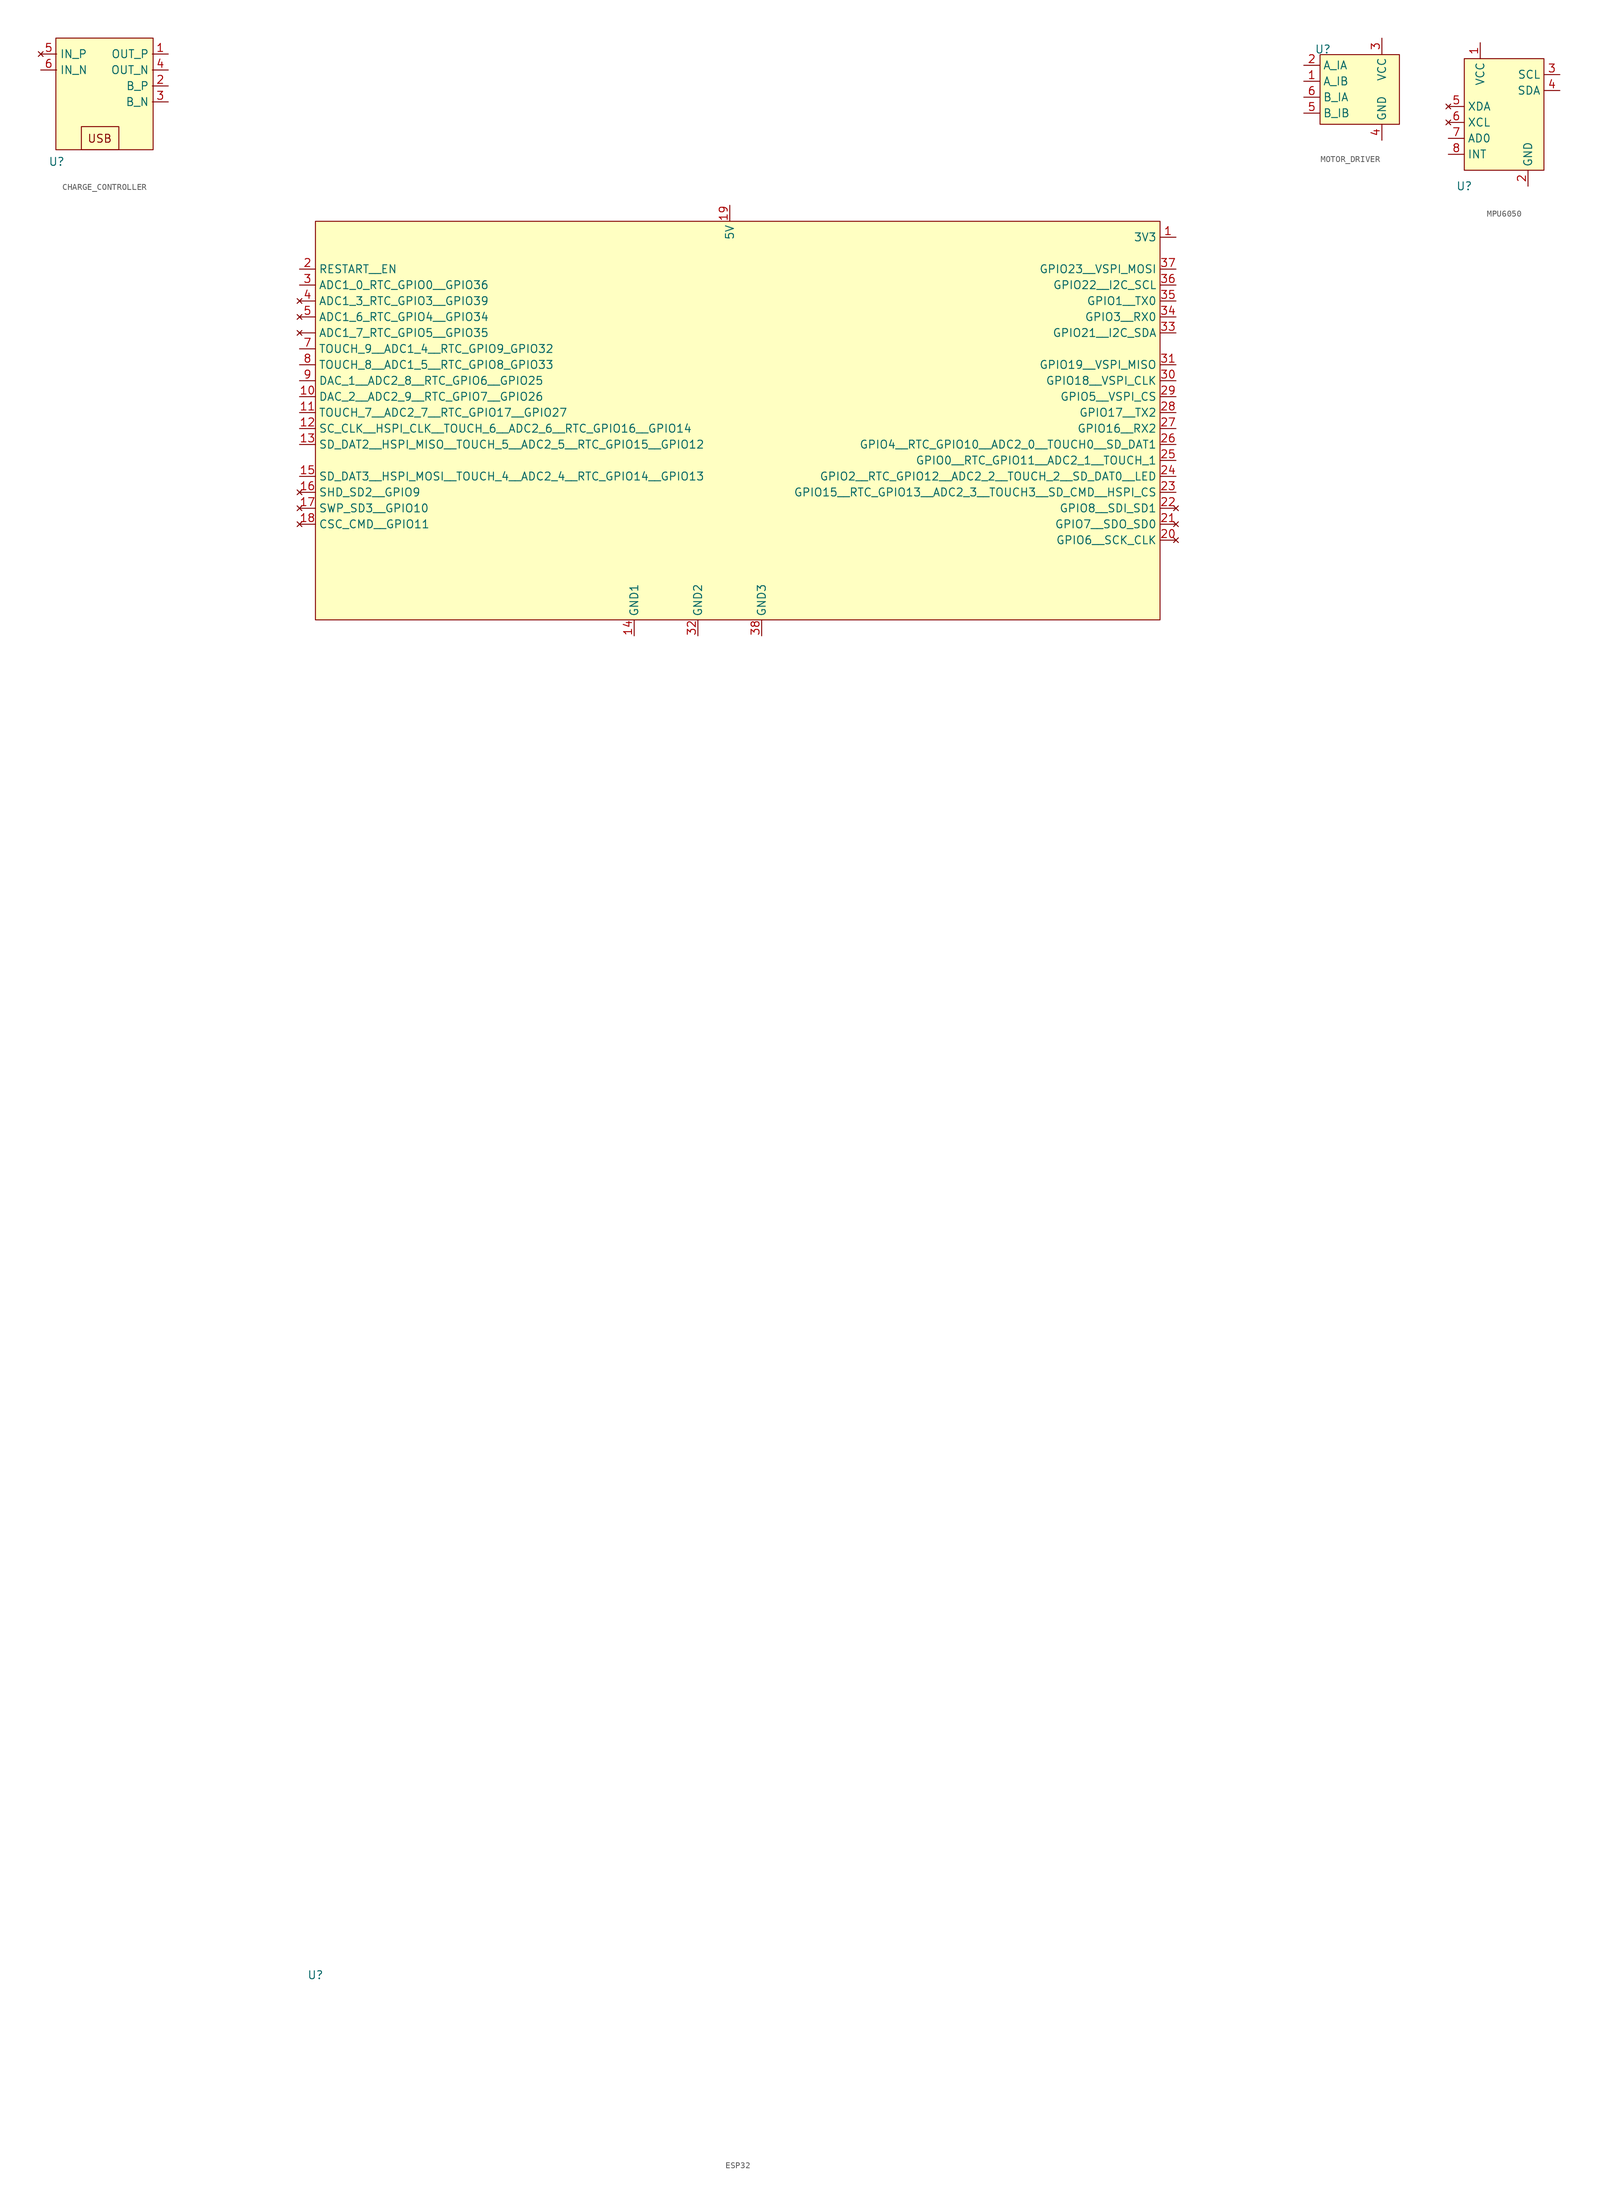
<source format=kicad_sym>
(kicad_symbol_lib
  (version 20220914)
  (generator kicad_symbol_editor)
  (symbol "CHARGE_CONTROLLER"
    (property "Reference" "U"
      (at 0 -1.905 0)
      (effects (font (size 1.27 1.27))))
    (property "Value" ""
      (at 0 0 0)
      (effects (font (size 1.27 1.27))))
    (symbol "CHARGE_CONTROLLER_1_1"
      (rectangle (start -0.127 17.78) (end 15.367 0) (stroke (width 0) (type default)) (fill (type background)))
      (rectangle (start 3.937 3.683) (end 9.906 0) (stroke (width 0) (type default)) (fill (type none)))
      (text "USB" (at 6.858 1.778 0) (effects (font (size 1.27 1.27))))
      (pin power_out line (at 17.78 15.24 180) (length 2.54) (name "OUT_P" (effects (font (size 1.27 1.27)))) (number "1" (effects (font (size 1.27 1.27)))))
      (pin output line (at 17.78 10.16 180) (length 2.54) (name "B_P" (effects (font (size 1.27 1.27)))) (number "2" (effects (font (size 1.27 1.27)))))
      (pin output line (at 17.78 7.62 180) (length 2.54) (name "B_N" (effects (font (size 1.27 1.27)))) (number "3" (effects (font (size 1.27 1.27)))))
      (pin power_out line (at 17.78 12.7 180) (length 2.54) (name "OUT_N" (effects (font (size 1.27 1.27)))) (number "4" (effects (font (size 1.27 1.27)))))
      (pin no_connect line (at -2.54 15.24 0) (length 2.54) (name "IN_P" (effects (font (size 1.27 1.27)))) (number "5" (effects (font (size 1.27 1.27)))))
      (pin power_in line (at -2.54 12.7 0) (length 2.54) (name "IN_N" (effects (font (size 1.27 1.27)))) (number "6" (effects (font (size 1.27 1.27)))))))
  (symbol "ESP32"
    (property "Reference" "U"
      (at 0 -215.9 0)
      (effects (font (size 1.27 1.27))))
    (property "Value" ""
      (at 0 -215.9 0)
      (effects (font (size 1.27 1.27))))
    (symbol "ESP32_1_1"
      (rectangle (start 0 63.5) (end 134.62 0) (stroke (width 0) (type default)) (fill (type background)))
      (pin no_connect line (at -2.54 45.72 0) (length 2.54) (name "ADC1_7_RTC_GPIO5__GPIO35" (effects (font (size 1.27 1.27)))) (number "" (effects (font (size 1.27 1.27)))))
      (pin power_out line (at 137.16 60.96 180) (length 2.54) (name "3V3" (effects (font (size 1.27 1.27)))) (number "1" (effects (font (size 1.27 1.27)))))
      (pin bidirectional line (at -2.54 35.56 0) (length 2.54) (name "DAC_2__ADC2_9__RTC_GPIO7__GPIO26" (effects (font (size 1.27 1.27)))) (number "10" (effects (font (size 1.27 1.27)))))
      (pin bidirectional line (at -2.54 33.02 0) (length 2.54) (name "TOUCH_7__ADC2_7__RTC_GPIO17__GPIO27" (effects (font (size 1.27 1.27)))) (number "11" (effects (font (size 1.27 1.27)))))
      (pin bidirectional line (at -2.54 30.48 0) (length 2.54) (name "SC_CLK__HSPI_CLK__TOUCH_6__ADC2_6__RTC_GPIO16__GPIO14" (effects (font (size 1.27 1.27)))) (number "12" (effects (font (size 1.27 1.27)))))
      (pin bidirectional line (at -2.54 27.94 0) (length 2.54) (name "SD_DAT2__HSPI_MISO__TOUCH_5__ADC2_5__RTC_GPIO15__GPIO12" (effects (font (size 1.27 1.27)))) (number "13" (effects (font (size 1.27 1.27)))))
      (pin power_in line (at 50.8 -2.54 90) (length 2.54) (name "GND1" (effects (font (size 1.27 1.27)))) (number "14" (effects (font (size 1.27 1.27)))))
      (pin bidirectional line (at -2.54 22.86 0) (length 2.54) (name "SD_DAT3__HSPI_MOSI__TOUCH_4__ADC2_4__RTC_GPIO14__GPIO13" (effects (font (size 1.27 1.27)))) (number "15" (effects (font (size 1.27 1.27)))))
      (pin no_connect line (at -2.54 20.32 0) (length 2.54) (name "SHD_SD2__GPIO9" (effects (font (size 1.27 1.27)))) (number "16" (effects (font (size 1.27 1.27)))))
      (pin no_connect line (at -2.54 17.78 0) (length 2.54) (name "SWP_SD3__GPIO10" (effects (font (size 1.27 1.27)))) (number "17" (effects (font (size 1.27 1.27)))))
      (pin no_connect line (at -2.54 15.24 0) (length 2.54) (name "CSC_CMD__GPIO11" (effects (font (size 1.27 1.27)))) (number "18" (effects (font (size 1.27 1.27)))))
      (pin power_in line (at 66.04 66.04 270) (length 2.54) (name "5V" (effects (font (size 1.27 1.27)))) (number "19" (effects (font (size 1.27 1.27)))))
      (pin input line (at -2.54 55.88 0) (length 2.54) (name "RESTART__EN" (effects (font (size 1.27 1.27)))) (number "2" (effects (font (size 1.27 1.27)))))
      (pin no_connect line (at 137.16 12.7 180) (length 2.54) (name "GPIO6__SCK_CLK" (effects (font (size 1.27 1.27)))) (number "20" (effects (font (size 1.27 1.27)))))
      (pin no_connect line (at 137.16 15.24 180) (length 2.54) (name "GPIO7__SDO_SD0" (effects (font (size 1.27 1.27)))) (number "21" (effects (font (size 1.27 1.27)))))
      (pin no_connect line (at 137.16 17.78 180) (length 2.54) (name "GPIO8__SDI_SD1" (effects (font (size 1.27 1.27)))) (number "22" (effects (font (size 1.27 1.27)))))
      (pin bidirectional line (at 137.16 20.32 180) (length 2.54) (name "GPIO15__RTC_GPIO13__ADC2_3__TOUCH3__SD_CMD__HSPI_CS" (effects (font (size 1.27 1.27)))) (number "23" (effects (font (size 1.27 1.27)))))
      (pin bidirectional line (at 137.16 22.86 180) (length 2.54) (name "GPIO2__RTC_GPIO12__ADC2_2__TOUCH_2__SD_DAT0__LED" (effects (font (size 1.27 1.27)))) (number "24" (effects (font (size 1.27 1.27)))))
      (pin bidirectional line (at 137.16 25.4 180) (length 2.54) (name "GPIO0__RTC_GPIO11__ADC2_1__TOUCH_1" (effects (font (size 1.27 1.27)))) (number "25" (effects (font (size 1.27 1.27)))))
      (pin bidirectional line (at 137.16 27.94 180) (length 2.54) (name "GPIO4__RTC_GPIO10__ADC2_0__TOUCH0__SD_DAT1" (effects (font (size 1.27 1.27)))) (number "26" (effects (font (size 1.27 1.27)))))
      (pin bidirectional line (at 137.16 30.48 180) (length 2.54) (name "GPIO16__RX2" (effects (font (size 1.27 1.27)))) (number "27" (effects (font (size 1.27 1.27)))))
      (pin bidirectional line (at 137.16 33.02 180) (length 2.54) (name "GPIO17__TX2" (effects (font (size 1.27 1.27)))) (number "28" (effects (font (size 1.27 1.27)))))
      (pin bidirectional line (at 137.16 35.56 180) (length 2.54) (name "GPIO5__VSPI_CS" (effects (font (size 1.27 1.27)))) (number "29" (effects (font (size 1.27 1.27)))))
      (pin input line (at -2.54 53.34 0) (length 2.54) (name "ADC1_0_RTC_GPIO0__GPIO36" (effects (font (size 1.27 1.27)))) (number "3" (effects (font (size 1.27 1.27)))))
      (pin bidirectional line (at 137.16 38.1 180) (length 2.54) (name "GPIO18__VSPI_CLK" (effects (font (size 1.27 1.27)))) (number "30" (effects (font (size 1.27 1.27)))))
      (pin bidirectional line (at 137.16 40.64 180) (length 2.54) (name "GPIO19__VSPI_MISO" (effects (font (size 1.27 1.27)))) (number "31" (effects (font (size 1.27 1.27)))))
      (pin power_in line (at 60.96 -2.54 90) (length 2.54) (name "GND2" (effects (font (size 1.27 1.27)))) (number "32" (effects (font (size 1.27 1.27)))))
      (pin bidirectional line (at 137.16 45.72 180) (length 2.54) (name "GPIO21__I2C_SDA" (effects (font (size 1.27 1.27)))) (number "33" (effects (font (size 1.27 1.27)))))
      (pin bidirectional line (at 137.16 48.26 180) (length 2.54) (name "GPIO3__RX0" (effects (font (size 1.27 1.27)))) (number "34" (effects (font (size 1.27 1.27)))))
      (pin bidirectional line (at 137.16 50.8 180) (length 2.54) (name "GPIO1__TX0" (effects (font (size 1.27 1.27)))) (number "35" (effects (font (size 1.27 1.27)))))
      (pin bidirectional line (at 137.16 53.34 180) (length 2.54) (name "GPIO22__I2C_SCL" (effects (font (size 1.27 1.27)))) (number "36" (effects (font (size 1.27 1.27)))))
      (pin bidirectional line (at 137.16 55.88 180) (length 2.54) (name "GPIO23__VSPI_MOSI" (effects (font (size 1.27 1.27)))) (number "37" (effects (font (size 1.27 1.27)))))
      (pin power_in line (at 71.12 -2.54 90) (length 2.54) (name "GND3" (effects (font (size 1.27 1.27)))) (number "38" (effects (font (size 1.27 1.27)))))
      (pin no_connect line (at -2.54 50.8 0) (length 2.54) (name "ADC1_3_RTC_GPIO3__GPIO39" (effects (font (size 1.27 1.27)))) (number "4" (effects (font (size 1.27 1.27)))))
      (pin no_connect line (at -2.54 48.26 0) (length 2.54) (name "ADC1_6_RTC_GPIO4__GPIO34" (effects (font (size 1.27 1.27)))) (number "5" (effects (font (size 1.27 1.27)))))
      (pin bidirectional line (at -2.54 43.18 0) (length 2.54) (name "TOUCH_9__ADC1_4__RTC_GPIO9_GPIO32" (effects (font (size 1.27 1.27)))) (number "7" (effects (font (size 1.27 1.27)))))
      (pin bidirectional line (at -2.54 40.64 0) (length 2.54) (name "TOUCH_8__ADC1_5__RTC_GPIO8_GPIO33" (effects (font (size 1.27 1.27)))) (number "8" (effects (font (size 1.27 1.27)))))
      (pin bidirectional line (at -2.54 38.1 0) (length 2.54) (name "DAC_1__ADC2_8__RTC_GPIO6__GPIO25" (effects (font (size 1.27 1.27)))) (number "9" (effects (font (size 1.27 1.27)))))))
  (symbol "MOTOR_DRIVER"
    (property "Reference" "U"
      (at 0.508 11.938 0)
      (effects (font (size 1.27 1.27))))
    (property "Value" ""
      (at 0 0 0)
      (effects (font (size 1.27 1.27))))
    (symbol "MOTOR_DRIVER_1_1"
      (rectangle (start 0.051 11.1) (end 12.7 0) (stroke (width 0) (type default)) (fill (type background)))
      (pin input line (at -2.54 6.858 0) (length 2.54) (name "A_IB" (effects (font (size 1.27 1.27)))) (number "1" (effects (font (size 1.27 1.27)))))
      (pin input line (at -2.54 9.398 0) (length 2.54) (name "A_IA" (effects (font (size 1.27 1.27)))) (number "2" (effects (font (size 1.27 1.27)))))
      (pin power_in line (at 9.906 13.716 270) (length 2.54) (name "VCC" (effects (font (size 1.27 1.27)))) (number "3" (effects (font (size 1.27 1.27)))))
      (pin power_in line (at 9.906 -2.54 90) (length 2.54) (name "GND" (effects (font (size 1.27 1.27)))) (number "4" (effects (font (size 1.27 1.27)))))
      (pin input line (at -2.54 1.778 0) (length 2.54) (name "B_IB" (effects (font (size 1.27 1.27)))) (number "5" (effects (font (size 1.27 1.27)))))
      (pin input line (at -2.54 4.318 0) (length 2.54) (name "B_IA" (effects (font (size 1.27 1.27)))) (number "6" (effects (font (size 1.27 1.27)))))))
  (symbol "MPU6050"
    (property "Reference" "U"
      (at 0 -2.54 0)
      (effects (font (size 1.27 1.27))))
    (property "Value" ""
      (at 0 0 0)
      (effects (font (size 1.27 1.27))))
    (symbol "MPU6050_1_1"
      (rectangle (start 0 17.78) (end 12.7 0) (stroke (width 0) (type default)) (fill (type background)))
      (pin power_in line (at 2.54 20.32 270) (length 2.54) (name "VCC" (effects (font (size 1.27 1.27)))) (number "1" (effects (font (size 1.27 1.27)))))
      (pin power_in line (at 10.16 -2.54 90) (length 2.54) (name "GND" (effects (font (size 1.27 1.27)))) (number "2" (effects (font (size 1.27 1.27)))))
      (pin output line (at 15.24 15.24 180) (length 2.54) (name "SCL" (effects (font (size 1.27 1.27)))) (number "3" (effects (font (size 1.27 1.27)))))
      (pin output line (at 15.24 12.7 180) (length 2.54) (name "SDA" (effects (font (size 1.27 1.27)))) (number "4" (effects (font (size 1.27 1.27)))))
      (pin no_connect line (at -2.54 10.16 0) (length 2.54) (name "XDA" (effects (font (size 1.27 1.27)))) (number "5" (effects (font (size 1.27 1.27)))))
      (pin no_connect line (at -2.54 7.62 0) (length 2.54) (name "XCL" (effects (font (size 1.27 1.27)))) (number "6" (effects (font (size 1.27 1.27)))))
      (pin input line (at -2.54 5.08 0) (length 2.54) (name "AD0" (effects (font (size 1.27 1.27)))) (number "7" (effects (font (size 1.27 1.27)))))
      (pin input line (at -2.54 2.54 0) (length 2.54) (name "INT" (effects (font (size 1.27 1.27)))) (number "8" (effects (font (size 1.27 1.27))))))))
</source>
